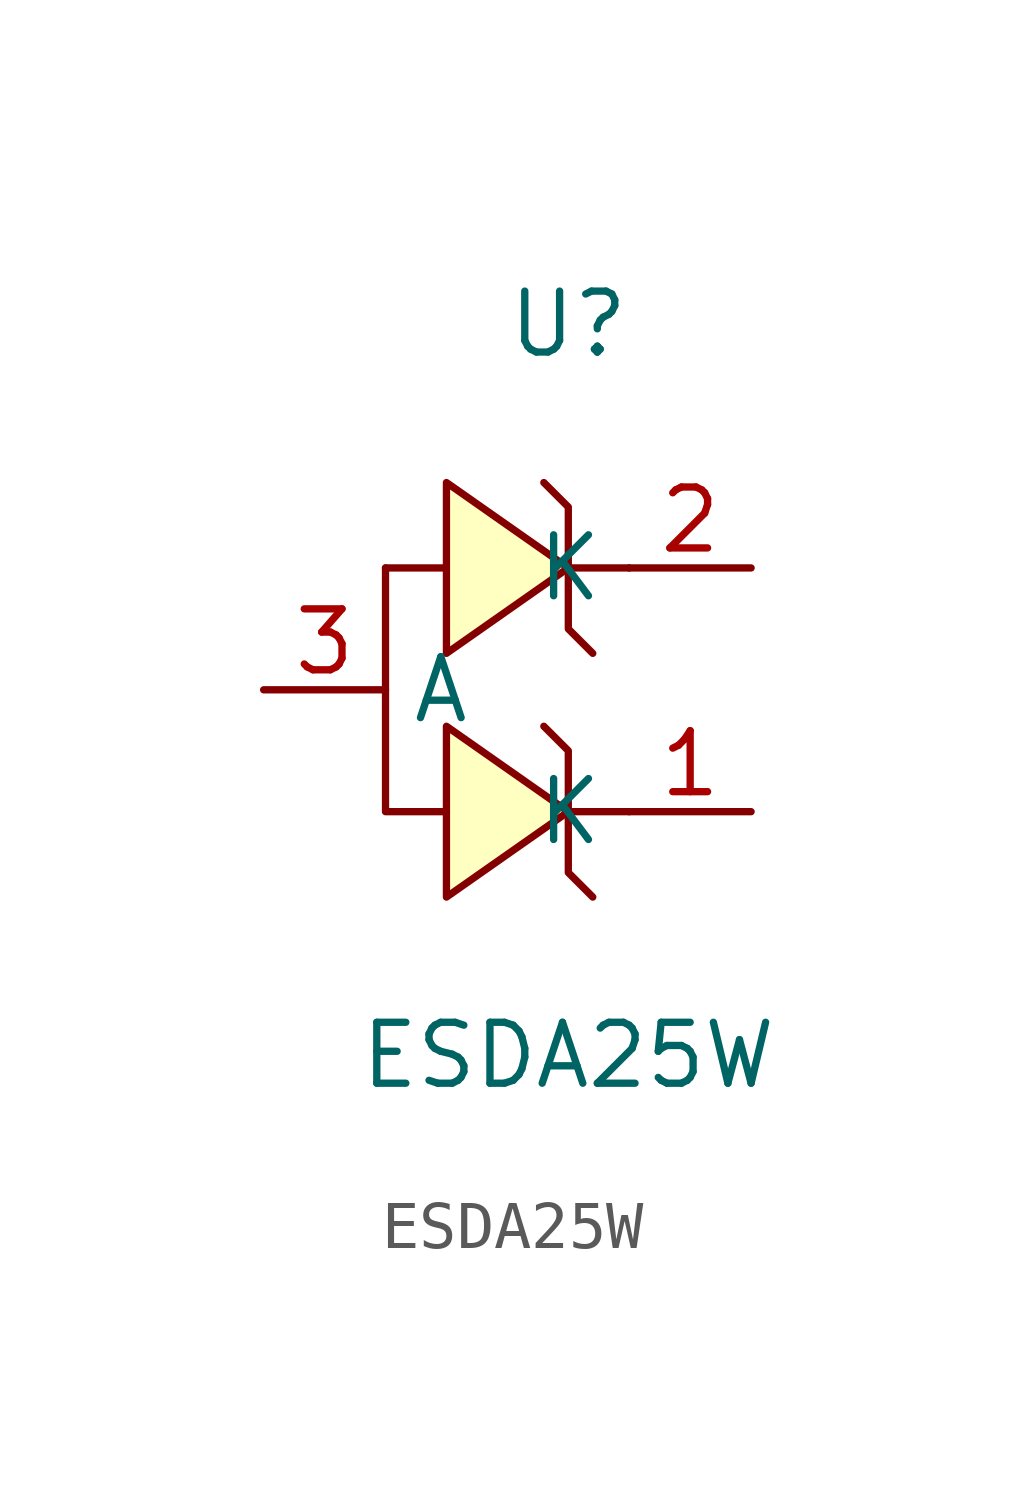
<source format=kicad_sym>
(kicad_symbol_lib
  (version 1)
  (generator "faebryk")
  (symbol "ESDA25W"
    (property "Reference" "U"
      (at 0 7.62 0)
      (effects (font (size 1.27 1.27)) (hide no)))
    (property "Value" "ESDA25W"
      (at 0 -7.62 0)
      (effects (font (size 1.27 1.27)) (hide no)))
    (symbol "ESDA25W_0_1"
      (polyline (stroke (width 0) (type default) (color 0 0 0 0)) (fill (type background)) (pts (xy -2.54 -4.32) (xy 0 -2.54) (xy -2.54 -0.76) (xy -2.54 -4.32)))
      (polyline (stroke (width 0) (type default) (color 0 0 0 0)) (fill (type background)) (pts (xy -2.54 0.76) (xy 0 2.54) (xy -2.54 4.32) (xy -2.54 0.76)))
      (polyline (stroke (width 0) (type default) (color 0 0 0 0)) (fill (type none)) (pts (xy 0.51 -4.32) (xy 0 -3.81) (xy 0 -1.27) (xy -0.51 -0.76)))
      (polyline (stroke (width 0) (type default) (color 0 0 0 0)) (fill (type none)) (pts (xy -3.81 2.54) (xy -3.81 -2.54) (xy -2.54 -2.54)))
      (polyline (stroke (width 0) (type default) (color 0 0 0 0)) (fill (type none)) (pts (xy 0 -2.54) (xy 1.27 -2.54)))
      (polyline (stroke (width 0) (type default) (color 0 0 0 0)) (fill (type none)) (pts (xy 0 2.54) (xy 1.27 2.54)))
      (polyline (stroke (width 0) (type default) (color 0 0 0 0)) (fill (type none)) (pts (xy -3.81 2.54) (xy -2.54 2.54)))
      (polyline (stroke (width 0) (type default) (color 0 0 0 0)) (fill (type none)) (pts (xy 0.51 0.76) (xy 0 1.27) (xy 0 3.81) (xy -0.51 4.32)))
      (pin unspecified line (at -6.35 0 0) (length 2.54) (name "A" (effects (font (size 1.27 1.27)) (hide no))) (number "3" (effects (font (size 1.27 1.27)) (hide no))))
      (pin unspecified line (at 3.81 -2.54 180) (length 2.54) (name "K" (effects (font (size 1.27 1.27)) (hide no))) (number "1" (effects (font (size 1.27 1.27)) (hide no))))
      (pin unspecified line (at 3.81 2.54 180) (length 2.54) (name "K" (effects (font (size 1.27 1.27)) (hide no))) (number "2" (effects (font (size 1.27 1.27)) (hide no)))))))
</source>
